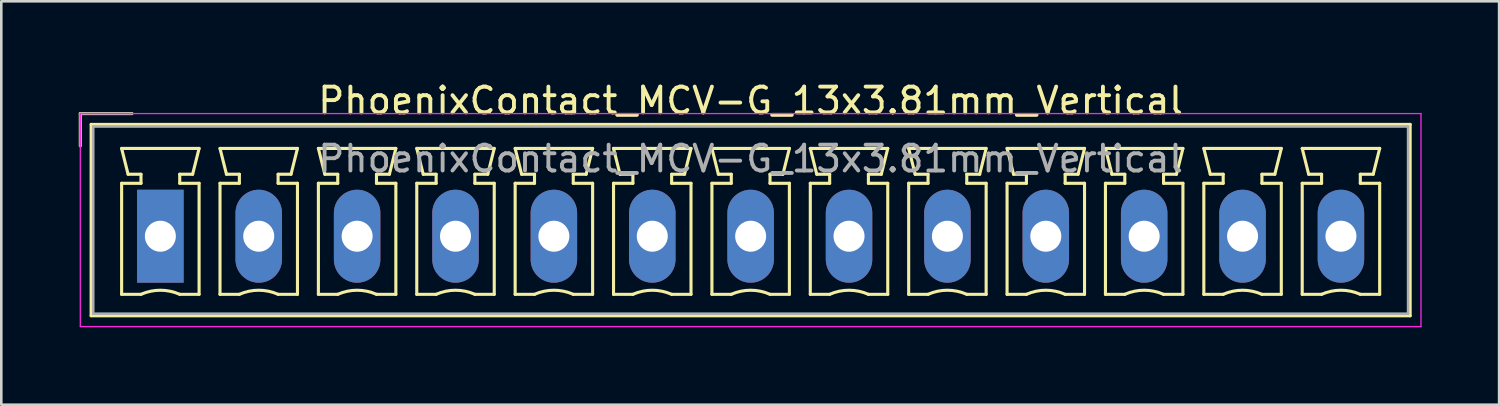
<source format=kicad_pcb>
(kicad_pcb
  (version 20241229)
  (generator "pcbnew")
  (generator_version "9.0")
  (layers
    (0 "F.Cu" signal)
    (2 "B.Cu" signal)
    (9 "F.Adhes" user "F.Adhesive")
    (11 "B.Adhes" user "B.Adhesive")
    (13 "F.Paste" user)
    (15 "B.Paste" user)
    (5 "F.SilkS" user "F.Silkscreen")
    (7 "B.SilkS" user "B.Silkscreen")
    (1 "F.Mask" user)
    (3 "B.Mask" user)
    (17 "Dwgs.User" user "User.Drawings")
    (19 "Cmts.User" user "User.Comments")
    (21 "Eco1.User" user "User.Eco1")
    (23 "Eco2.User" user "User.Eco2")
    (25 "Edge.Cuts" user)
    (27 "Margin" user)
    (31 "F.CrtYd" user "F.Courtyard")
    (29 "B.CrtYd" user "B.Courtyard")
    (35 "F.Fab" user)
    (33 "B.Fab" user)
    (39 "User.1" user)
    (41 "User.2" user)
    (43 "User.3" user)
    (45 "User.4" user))
  (footprint "PhoenixContact_MCV-G_13x3.81mm_Vertical"
    (layer "F.Cu")
    (at 3.16 6.098)
    (property "Reference" "PhoenixContact_MCV-G_13x3.81mm_Vertical" (at 22.86 -5.25 0) (layer "F.SilkS") (effects (font (size 1 1) (thickness 0.15))))
    (attr through_hole)
    (fp_line (start -3.1 -4.75) (end -1.1 -4.75) (stroke (width 0.12) (type solid)) (layer "F.SilkS"))
    (fp_line (start -3.1 -3.5) (end -3.1 -4.75) (stroke (width 0.12) (type solid)) (layer "F.SilkS"))
    (fp_line (start -2.68 -4.33) (end -2.68 3.08) (stroke (width 0.12) (type solid)) (layer "F.SilkS"))
    (fp_line (start -2.68 3.08) (end 48.4 3.08) (stroke (width 0.12) (type solid)) (layer "F.SilkS"))
    (fp_line (start -1.5 -3.4) (end 1.5 -3.4) (stroke (width 0.12) (type solid)) (layer "F.SilkS"))
    (fp_line (start -1.5 -2.05) (end -0.75 -2.05) (stroke (width 0.12) (type solid)) (layer "F.SilkS"))
    (fp_line (start -1.5 2.25) (end -1.5 -2.05) (stroke (width 0.12) (type solid)) (layer "F.SilkS"))
    (fp_line (start -1.25 -2.4) (end -1.5 -3.4) (stroke (width 0.12) (type solid)) (layer "F.SilkS"))
    (fp_line (start -0.75 -2.4) (end -1.25 -2.4) (stroke (width 0.12) (type solid)) (layer "F.SilkS"))
    (fp_line (start -0.75 -2.05) (end -0.75 -2.4) (stroke (width 0.12) (type solid)) (layer "F.SilkS"))
    (fp_line (start -0.75 2.25) (end -1.5 2.25) (stroke (width 0.12) (type solid)) (layer "F.SilkS"))
    (fp_line (start 0.75 -2.4) (end 0.75 -2.05) (stroke (width 0.12) (type solid)) (layer "F.SilkS"))
    (fp_line (start 0.75 -2.05) (end 1.5 -2.05) (stroke (width 0.12) (type solid)) (layer "F.SilkS"))
    (fp_line (start 1.25 -2.4) (end 0.75 -2.4) (stroke (width 0.12) (type solid)) (layer "F.SilkS"))
    (fp_line (start 1.5 -3.4) (end 1.25 -2.4) (stroke (width 0.12) (type solid)) (layer "F.SilkS"))
    (fp_line (start 1.5 -2.05) (end 1.5 2.25) (stroke (width 0.12) (type solid)) (layer "F.SilkS"))
    (fp_line (start 1.5 2.25) (end 0.75 2.25) (stroke (width 0.12) (type solid)) (layer "F.SilkS"))
    (fp_line (start 2.31 -3.4) (end 5.31 -3.4) (stroke (width 0.12) (type solid)) (layer "F.SilkS"))
    (fp_line (start 2.31 -2.05) (end 3.06 -2.05) (stroke (width 0.12) (type solid)) (layer "F.SilkS"))
    (fp_line (start 2.31 2.25) (end 2.31 -2.05) (stroke (width 0.12) (type solid)) (layer "F.SilkS"))
    (fp_line (start 2.56 -2.4) (end 2.31 -3.4) (stroke (width 0.12) (type solid)) (layer "F.SilkS"))
    (fp_line (start 3.06 -2.4) (end 2.56 -2.4) (stroke (width 0.12) (type solid)) (layer "F.SilkS"))
    (fp_line (start 3.06 -2.05) (end 3.06 -2.4) (stroke (width 0.12) (type solid)) (layer "F.SilkS"))
    (fp_line (start 3.06 2.25) (end 2.31 2.25) (stroke (width 0.12) (type solid)) (layer "F.SilkS"))
    (fp_line (start 4.56 -2.4) (end 4.56 -2.05) (stroke (width 0.12) (type solid)) (layer "F.SilkS"))
    (fp_line (start 4.56 -2.05) (end 5.31 -2.05) (stroke (width 0.12) (type solid)) (layer "F.SilkS"))
    (fp_line (start 5.06 -2.4) (end 4.56 -2.4) (stroke (width 0.12) (type solid)) (layer "F.SilkS"))
    (fp_line (start 5.31 -3.4) (end 5.06 -2.4) (stroke (width 0.12) (type solid)) (layer "F.SilkS"))
    (fp_line (start 5.31 -2.05) (end 5.31 2.25) (stroke (width 0.12) (type solid)) (layer "F.SilkS"))
    (fp_line (start 5.31 2.25) (end 4.56 2.25) (stroke (width 0.12) (type solid)) (layer "F.SilkS"))
    (fp_line (start 6.12 -3.4) (end 9.12 -3.4) (stroke (width 0.12) (type solid)) (layer "F.SilkS"))
    (fp_line (start 6.12 -2.05) (end 6.87 -2.05) (stroke (width 0.12) (type solid)) (layer "F.SilkS"))
    (fp_line (start 6.12 2.25) (end 6.12 -2.05) (stroke (width 0.12) (type solid)) (layer "F.SilkS"))
    (fp_line (start 6.37 -2.4) (end 6.12 -3.4) (stroke (width 0.12) (type solid)) (layer "F.SilkS"))
    (fp_line (start 6.87 -2.4) (end 6.37 -2.4) (stroke (width 0.12) (type solid)) (layer "F.SilkS"))
    (fp_line (start 6.87 -2.05) (end 6.87 -2.4) (stroke (width 0.12) (type solid)) (layer "F.SilkS"))
    (fp_line (start 6.87 2.25) (end 6.12 2.25) (stroke (width 0.12) (type solid)) (layer "F.SilkS"))
    (fp_line (start 8.37 -2.4) (end 8.37 -2.05) (stroke (width 0.12) (type solid)) (layer "F.SilkS"))
    (fp_line (start 8.37 -2.05) (end 9.12 -2.05) (stroke (width 0.12) (type solid)) (layer "F.SilkS"))
    (fp_line (start 8.87 -2.4) (end 8.37 -2.4) (stroke (width 0.12) (type solid)) (layer "F.SilkS"))
    (fp_line (start 9.12 -3.4) (end 8.87 -2.4) (stroke (width 0.12) (type solid)) (layer "F.SilkS"))
    (fp_line (start 9.12 -2.05) (end 9.12 2.25) (stroke (width 0.12) (type solid)) (layer "F.SilkS"))
    (fp_line (start 9.12 2.25) (end 8.37 2.25) (stroke (width 0.12) (type solid)) (layer "F.SilkS"))
    (fp_line (start 9.93 -3.4) (end 12.93 -3.4) (stroke (width 0.12) (type solid)) (layer "F.SilkS"))
    (fp_line (start 9.93 -2.05) (end 10.68 -2.05) (stroke (width 0.12) (type solid)) (layer "F.SilkS"))
    (fp_line (start 9.93 2.25) (end 9.93 -2.05) (stroke (width 0.12) (type solid)) (layer "F.SilkS"))
    (fp_line (start 10.18 -2.4) (end 9.93 -3.4) (stroke (width 0.12) (type solid)) (layer "F.SilkS"))
    (fp_line (start 10.68 -2.4) (end 10.18 -2.4) (stroke (width 0.12) (type solid)) (layer "F.SilkS"))
    (fp_line (start 10.68 -2.05) (end 10.68 -2.4) (stroke (width 0.12) (type solid)) (layer "F.SilkS"))
    (fp_line (start 10.68 2.25) (end 9.93 2.25) (stroke (width 0.12) (type solid)) (layer "F.SilkS"))
    (fp_line (start 12.18 -2.4) (end 12.18 -2.05) (stroke (width 0.12) (type solid)) (layer "F.SilkS"))
    (fp_line (start 12.18 -2.05) (end 12.93 -2.05) (stroke (width 0.12) (type solid)) (layer "F.SilkS"))
    (fp_line (start 12.68 -2.4) (end 12.18 -2.4) (stroke (width 0.12) (type solid)) (layer "F.SilkS"))
    (fp_line (start 12.93 -3.4) (end 12.68 -2.4) (stroke (width 0.12) (type solid)) (layer "F.SilkS"))
    (fp_line (start 12.93 -2.05) (end 12.93 2.25) (stroke (width 0.12) (type solid)) (layer "F.SilkS"))
    (fp_line (start 12.93 2.25) (end 12.18 2.25) (stroke (width 0.12) (type solid)) (layer "F.SilkS"))
    (fp_line (start 13.74 -3.4) (end 16.74 -3.4) (stroke (width 0.12) (type solid)) (layer "F.SilkS"))
    (fp_line (start 13.74 -2.05) (end 14.49 -2.05) (stroke (width 0.12) (type solid)) (layer "F.SilkS"))
    (fp_line (start 13.74 2.25) (end 13.74 -2.05) (stroke (width 0.12) (type solid)) (layer "F.SilkS"))
    (fp_line (start 13.99 -2.4) (end 13.74 -3.4) (stroke (width 0.12) (type solid)) (layer "F.SilkS"))
    (fp_line (start 14.49 -2.4) (end 13.99 -2.4) (stroke (width 0.12) (type solid)) (layer "F.SilkS"))
    (fp_line (start 14.49 -2.05) (end 14.49 -2.4) (stroke (width 0.12) (type solid)) (layer "F.SilkS"))
    (fp_line (start 14.49 2.25) (end 13.74 2.25) (stroke (width 0.12) (type solid)) (layer "F.SilkS"))
    (fp_line (start 15.99 -2.4) (end 15.99 -2.05) (stroke (width 0.12) (type solid)) (layer "F.SilkS"))
    (fp_line (start 15.99 -2.05) (end 16.74 -2.05) (stroke (width 0.12) (type solid)) (layer "F.SilkS"))
    (fp_line (start 16.49 -2.4) (end 15.99 -2.4) (stroke (width 0.12) (type solid)) (layer "F.SilkS"))
    (fp_line (start 16.74 -3.4) (end 16.49 -2.4) (stroke (width 0.12) (type solid)) (layer "F.SilkS"))
    (fp_line (start 16.74 -2.05) (end 16.74 2.25) (stroke (width 0.12) (type solid)) (layer "F.SilkS"))
    (fp_line (start 16.74 2.25) (end 15.99 2.25) (stroke (width 0.12) (type solid)) (layer "F.SilkS"))
    (fp_line (start 17.55 -3.4) (end 20.55 -3.4) (stroke (width 0.12) (type solid)) (layer "F.SilkS"))
    (fp_line (start 17.55 -2.05) (end 18.3 -2.05) (stroke (width 0.12) (type solid)) (layer "F.SilkS"))
    (fp_line (start 17.55 2.25) (end 17.55 -2.05) (stroke (width 0.12) (type solid)) (layer "F.SilkS"))
    (fp_line (start 17.8 -2.4) (end 17.55 -3.4) (stroke (width 0.12) (type solid)) (layer "F.SilkS"))
    (fp_line (start 18.3 -2.4) (end 17.8 -2.4) (stroke (width 0.12) (type solid)) (layer "F.SilkS"))
    (fp_line (start 18.3 -2.05) (end 18.3 -2.4) (stroke (width 0.12) (type solid)) (layer "F.SilkS"))
    (fp_line (start 18.3 2.25) (end 17.55 2.25) (stroke (width 0.12) (type solid)) (layer "F.SilkS"))
    (fp_line (start 19.8 -2.4) (end 19.8 -2.05) (stroke (width 0.12) (type solid)) (layer "F.SilkS"))
    (fp_line (start 19.8 -2.05) (end 20.55 -2.05) (stroke (width 0.12) (type solid)) (layer "F.SilkS"))
    (fp_line (start 20.3 -2.4) (end 19.8 -2.4) (stroke (width 0.12) (type solid)) (layer "F.SilkS"))
    (fp_line (start 20.55 -3.4) (end 20.3 -2.4) (stroke (width 0.12) (type solid)) (layer "F.SilkS"))
    (fp_line (start 20.55 -2.05) (end 20.55 2.25) (stroke (width 0.12) (type solid)) (layer "F.SilkS"))
    (fp_line (start 20.55 2.25) (end 19.8 2.25) (stroke (width 0.12) (type solid)) (layer "F.SilkS"))
    (fp_line (start 21.36 -3.4) (end 24.36 -3.4) (stroke (width 0.12) (type solid)) (layer "F.SilkS"))
    (fp_line (start 21.36 -2.05) (end 22.11 -2.05) (stroke (width 0.12) (type solid)) (layer "F.SilkS"))
    (fp_line (start 21.36 2.25) (end 21.36 -2.05) (stroke (width 0.12) (type solid)) (layer "F.SilkS"))
    (fp_line (start 21.61 -2.4) (end 21.36 -3.4) (stroke (width 0.12) (type solid)) (layer "F.SilkS"))
    (fp_line (start 22.11 -2.4) (end 21.61 -2.4) (stroke (width 0.12) (type solid)) (layer "F.SilkS"))
    (fp_line (start 22.11 -2.05) (end 22.11 -2.4) (stroke (width 0.12) (type solid)) (layer "F.SilkS"))
    (fp_line (start 22.11 2.25) (end 21.36 2.25) (stroke (width 0.12) (type solid)) (layer "F.SilkS"))
    (fp_line (start 23.61 -2.4) (end 23.61 -2.05) (stroke (width 0.12) (type solid)) (layer "F.SilkS"))
    (fp_line (start 23.61 -2.05) (end 24.36 -2.05) (stroke (width 0.12) (type solid)) (layer "F.SilkS"))
    (fp_line (start 24.11 -2.4) (end 23.61 -2.4) (stroke (width 0.12) (type solid)) (layer "F.SilkS"))
    (fp_line (start 24.36 -3.4) (end 24.11 -2.4) (stroke (width 0.12) (type solid)) (layer "F.SilkS"))
    (fp_line (start 24.36 -2.05) (end 24.36 2.25) (stroke (width 0.12) (type solid)) (layer "F.SilkS"))
    (fp_line (start 24.36 2.25) (end 23.61 2.25) (stroke (width 0.12) (type solid)) (layer "F.SilkS"))
    (fp_line (start 25.17 -3.4) (end 28.17 -3.4) (stroke (width 0.12) (type solid)) (layer "F.SilkS"))
    (fp_line (start 25.17 -2.05) (end 25.92 -2.05) (stroke (width 0.12) (type solid)) (layer "F.SilkS"))
    (fp_line (start 25.17 2.25) (end 25.17 -2.05) (stroke (width 0.12) (type solid)) (layer "F.SilkS"))
    (fp_line (start 25.42 -2.4) (end 25.17 -3.4) (stroke (width 0.12) (type solid)) (layer "F.SilkS"))
    (fp_line (start 25.92 -2.4) (end 25.42 -2.4) (stroke (width 0.12) (type solid)) (layer "F.SilkS"))
    (fp_line (start 25.92 -2.05) (end 25.92 -2.4) (stroke (width 0.12) (type solid)) (layer "F.SilkS"))
    (fp_line (start 25.92 2.25) (end 25.17 2.25) (stroke (width 0.12) (type solid)) (layer "F.SilkS"))
    (fp_line (start 27.42 -2.4) (end 27.42 -2.05) (stroke (width 0.12) (type solid)) (layer "F.SilkS"))
    (fp_line (start 27.42 -2.05) (end 28.17 -2.05) (stroke (width 0.12) (type solid)) (layer "F.SilkS"))
    (fp_line (start 27.92 -2.4) (end 27.42 -2.4) (stroke (width 0.12) (type solid)) (layer "F.SilkS"))
    (fp_line (start 28.17 -3.4) (end 27.92 -2.4) (stroke (width 0.12) (type solid)) (layer "F.SilkS"))
    (fp_line (start 28.17 -2.05) (end 28.17 2.25) (stroke (width 0.12) (type solid)) (layer "F.SilkS"))
    (fp_line (start 28.17 2.25) (end 27.42 2.25) (stroke (width 0.12) (type solid)) (layer "F.SilkS"))
    (fp_line (start 28.98 -3.4) (end 31.98 -3.4) (stroke (width 0.12) (type solid)) (layer "F.SilkS"))
    (fp_line (start 28.98 -2.05) (end 29.73 -2.05) (stroke (width 0.12) (type solid)) (layer "F.SilkS"))
    (fp_line (start 28.98 2.25) (end 28.98 -2.05) (stroke (width 0.12) (type solid)) (layer "F.SilkS"))
    (fp_line (start 29.23 -2.4) (end 28.98 -3.4) (stroke (width 0.12) (type solid)) (layer "F.SilkS"))
    (fp_line (start 29.73 -2.4) (end 29.23 -2.4) (stroke (width 0.12) (type solid)) (layer "F.SilkS"))
    (fp_line (start 29.73 -2.05) (end 29.73 -2.4) (stroke (width 0.12) (type solid)) (layer "F.SilkS"))
    (fp_line (start 29.73 2.25) (end 28.98 2.25) (stroke (width 0.12) (type solid)) (layer "F.SilkS"))
    (fp_line (start 31.23 -2.4) (end 31.23 -2.05) (stroke (width 0.12) (type solid)) (layer "F.SilkS"))
    (fp_line (start 31.23 -2.05) (end 31.98 -2.05) (stroke (width 0.12) (type solid)) (layer "F.SilkS"))
    (fp_line (start 31.73 -2.4) (end 31.23 -2.4) (stroke (width 0.12) (type solid)) (layer "F.SilkS"))
    (fp_line (start 31.98 -3.4) (end 31.73 -2.4) (stroke (width 0.12) (type solid)) (layer "F.SilkS"))
    (fp_line (start 31.98 -2.05) (end 31.98 2.25) (stroke (width 0.12) (type solid)) (layer "F.SilkS"))
    (fp_line (start 31.98 2.25) (end 31.23 2.25) (stroke (width 0.12) (type solid)) (layer "F.SilkS"))
    (fp_line (start 32.79 -3.4) (end 35.79 -3.4) (stroke (width 0.12) (type solid)) (layer "F.SilkS"))
    (fp_line (start 32.79 -2.05) (end 33.54 -2.05) (stroke (width 0.12) (type solid)) (layer "F.SilkS"))
    (fp_line (start 32.79 2.25) (end 32.79 -2.05) (stroke (width 0.12) (type solid)) (layer "F.SilkS"))
    (fp_line (start 33.04 -2.4) (end 32.79 -3.4) (stroke (width 0.12) (type solid)) (layer "F.SilkS"))
    (fp_line (start 33.54 -2.4) (end 33.04 -2.4) (stroke (width 0.12) (type solid)) (layer "F.SilkS"))
    (fp_line (start 33.54 -2.05) (end 33.54 -2.4) (stroke (width 0.12) (type solid)) (layer "F.SilkS"))
    (fp_line (start 33.54 2.25) (end 32.79 2.25) (stroke (width 0.12) (type solid)) (layer "F.SilkS"))
    (fp_line (start 35.04 -2.4) (end 35.04 -2.05) (stroke (width 0.12) (type solid)) (layer "F.SilkS"))
    (fp_line (start 35.04 -2.05) (end 35.79 -2.05) (stroke (width 0.12) (type solid)) (layer "F.SilkS"))
    (fp_line (start 35.54 -2.4) (end 35.04 -2.4) (stroke (width 0.12) (type solid)) (layer "F.SilkS"))
    (fp_line (start 35.79 -3.4) (end 35.54 -2.4) (stroke (width 0.12) (type solid)) (layer "F.SilkS"))
    (fp_line (start 35.79 -2.05) (end 35.79 2.25) (stroke (width 0.12) (type solid)) (layer "F.SilkS"))
    (fp_line (start 35.79 2.25) (end 35.04 2.25) (stroke (width 0.12) (type solid)) (layer "F.SilkS"))
    (fp_line (start 36.6 -3.4) (end 39.6 -3.4) (stroke (width 0.12) (type solid)) (layer "F.SilkS"))
    (fp_line (start 36.6 -2.05) (end 37.35 -2.05) (stroke (width 0.12) (type solid)) (layer "F.SilkS"))
    (fp_line (start 36.6 2.25) (end 36.6 -2.05) (stroke (width 0.12) (type solid)) (layer "F.SilkS"))
    (fp_line (start 36.85 -2.4) (end 36.6 -3.4) (stroke (width 0.12) (type solid)) (layer "F.SilkS"))
    (fp_line (start 37.35 -2.4) (end 36.85 -2.4) (stroke (width 0.12) (type solid)) (layer "F.SilkS"))
    (fp_line (start 37.35 -2.05) (end 37.35 -2.4) (stroke (width 0.12) (type solid)) (layer "F.SilkS"))
    (fp_line (start 37.35 2.25) (end 36.6 2.25) (stroke (width 0.12) (type solid)) (layer "F.SilkS"))
    (fp_line (start 38.85 -2.4) (end 38.85 -2.05) (stroke (width 0.12) (type solid)) (layer "F.SilkS"))
    (fp_line (start 38.85 -2.05) (end 39.6 -2.05) (stroke (width 0.12) (type solid)) (layer "F.SilkS"))
    (fp_line (start 39.35 -2.4) (end 38.85 -2.4) (stroke (width 0.12) (type solid)) (layer "F.SilkS"))
    (fp_line (start 39.6 -3.4) (end 39.35 -2.4) (stroke (width 0.12) (type solid)) (layer "F.SilkS"))
    (fp_line (start 39.6 -2.05) (end 39.6 2.25) (stroke (width 0.12) (type solid)) (layer "F.SilkS"))
    (fp_line (start 39.6 2.25) (end 38.85 2.25) (stroke (width 0.12) (type solid)) (layer "F.SilkS"))
    (fp_line (start 40.41 -3.4) (end 43.41 -3.4) (stroke (width 0.12) (type solid)) (layer "F.SilkS"))
    (fp_line (start 40.41 -2.05) (end 41.16 -2.05) (stroke (width 0.12) (type solid)) (layer "F.SilkS"))
    (fp_line (start 40.41 2.25) (end 40.41 -2.05) (stroke (width 0.12) (type solid)) (layer "F.SilkS"))
    (fp_line (start 40.66 -2.4) (end 40.41 -3.4) (stroke (width 0.12) (type solid)) (layer "F.SilkS"))
    (fp_line (start 41.16 -2.4) (end 40.66 -2.4) (stroke (width 0.12) (type solid)) (layer "F.SilkS"))
    (fp_line (start 41.16 -2.05) (end 41.16 -2.4) (stroke (width 0.12) (type solid)) (layer "F.SilkS"))
    (fp_line (start 41.16 2.25) (end 40.41 2.25) (stroke (width 0.12) (type solid)) (layer "F.SilkS"))
    (fp_line (start 42.66 -2.4) (end 42.66 -2.05) (stroke (width 0.12) (type solid)) (layer "F.SilkS"))
    (fp_line (start 42.66 -2.05) (end 43.41 -2.05) (stroke (width 0.12) (type solid)) (layer "F.SilkS"))
    (fp_line (start 43.16 -2.4) (end 42.66 -2.4) (stroke (width 0.12) (type solid)) (layer "F.SilkS"))
    (fp_line (start 43.41 -3.4) (end 43.16 -2.4) (stroke (width 0.12) (type solid)) (layer "F.SilkS"))
    (fp_line (start 43.41 -2.05) (end 43.41 2.25) (stroke (width 0.12) (type solid)) (layer "F.SilkS"))
    (fp_line (start 43.41 2.25) (end 42.66 2.25) (stroke (width 0.12) (type solid)) (layer "F.SilkS"))
    (fp_line (start 44.22 -3.4) (end 47.22 -3.4) (stroke (width 0.12) (type solid)) (layer "F.SilkS"))
    (fp_line (start 44.22 -2.05) (end 44.97 -2.05) (stroke (width 0.12) (type solid)) (layer "F.SilkS"))
    (fp_line (start 44.22 2.25) (end 44.22 -2.05) (stroke (width 0.12) (type solid)) (layer "F.SilkS"))
    (fp_line (start 44.47 -2.4) (end 44.22 -3.4) (stroke (width 0.12) (type solid)) (layer "F.SilkS"))
    (fp_line (start 44.97 -2.4) (end 44.47 -2.4) (stroke (width 0.12) (type solid)) (layer "F.SilkS"))
    (fp_line (start 44.97 -2.05) (end 44.97 -2.4) (stroke (width 0.12) (type solid)) (layer "F.SilkS"))
    (fp_line (start 44.97 2.25) (end 44.22 2.25) (stroke (width 0.12) (type solid)) (layer "F.SilkS"))
    (fp_line (start 46.47 -2.4) (end 46.47 -2.05) (stroke (width 0.12) (type solid)) (layer "F.SilkS"))
    (fp_line (start 46.47 -2.05) (end 47.22 -2.05) (stroke (width 0.12) (type solid)) (layer "F.SilkS"))
    (fp_line (start 46.97 -2.4) (end 46.47 -2.4) (stroke (width 0.12) (type solid)) (layer "F.SilkS"))
    (fp_line (start 47.22 -3.4) (end 46.97 -2.4) (stroke (width 0.12) (type solid)) (layer "F.SilkS"))
    (fp_line (start 47.22 -2.05) (end 47.22 2.25) (stroke (width 0.12) (type solid)) (layer "F.SilkS"))
    (fp_line (start 47.22 2.25) (end 46.47 2.25) (stroke (width 0.12) (type solid)) (layer "F.SilkS"))
    (fp_line (start 48.4 -4.33) (end -2.68 -4.33) (stroke (width 0.12) (type solid)) (layer "F.SilkS"))
    (fp_line (start 48.4 3.08) (end 48.4 -4.33) (stroke (width 0.12) (type solid)) (layer "F.SilkS"))
    (fp_arc (start -0.75 2.25) (mid -0.000193 2.09191) (end 0.749647 2.249844) (stroke (width 0.12) (type solid)) (layer "F.SilkS"))
    (fp_arc (start 3.06 2.25) (mid 3.809807 2.09191) (end 4.559647 2.249844) (stroke (width 0.12) (type solid)) (layer "F.SilkS"))
    (fp_arc (start 6.87 2.25) (mid 7.619807 2.09191) (end 8.369647 2.249844) (stroke (width 0.12) (type solid)) (layer "F.SilkS"))
    (fp_arc (start 10.68 2.25) (mid 11.429807 2.09191) (end 12.179647 2.249844) (stroke (width 0.12) (type solid)) (layer "F.SilkS"))
    (fp_arc (start 14.49 2.25) (mid 15.239807 2.09191) (end 15.989647 2.249844) (stroke (width 0.12) (type solid)) (layer "F.SilkS"))
    (fp_arc (start 18.3 2.25) (mid 19.049807 2.09191) (end 19.799647 2.249844) (stroke (width 0.12) (type solid)) (layer "F.SilkS"))
    (fp_arc (start 22.11 2.25) (mid 22.859807 2.09191) (end 23.609647 2.249844) (stroke (width 0.12) (type solid)) (layer "F.SilkS"))
    (fp_arc (start 25.92 2.25) (mid 26.669807 2.09191) (end 27.419647 2.249844) (stroke (width 0.12) (type solid)) (layer "F.SilkS"))
    (fp_arc (start 29.73 2.25) (mid 30.479807 2.09191) (end 31.229647 2.249844) (stroke (width 0.12) (type solid)) (layer "F.SilkS"))
    (fp_arc (start 33.54 2.25) (mid 34.289807 2.09191) (end 35.039647 2.249844) (stroke (width 0.12) (type solid)) (layer "F.SilkS"))
    (fp_arc (start 37.35 2.25) (mid 38.099807 2.09191) (end 38.849647 2.249844) (stroke (width 0.12) (type solid)) (layer "F.SilkS"))
    (fp_arc (start 41.16 2.25) (mid 41.909807 2.09191) (end 42.659647 2.249844) (stroke (width 0.12) (type solid)) (layer "F.SilkS"))
    (fp_arc (start 44.97 2.25) (mid 45.719807 2.09191) (end 46.469647 2.249844) (stroke (width 0.12) (type solid)) (layer "F.SilkS"))
    (fp_line (start -3.1 -4.75) (end -3.1 3.5) (stroke (width 0.05) (type solid)) (layer "F.CrtYd"))
    (fp_line (start -3.1 3.5) (end 48.82 3.5) (stroke (width 0.05) (type solid)) (layer "F.CrtYd"))
    (fp_line (start 48.82 -4.75) (end -3.1 -4.75) (stroke (width 0.05) (type solid)) (layer "F.CrtYd"))
    (fp_line (start 48.82 3.5) (end 48.82 -4.75) (stroke (width 0.05) (type solid)) (layer "F.CrtYd"))
    (fp_line (start -3.1 -4.75) (end -1.1 -4.75) (stroke (width 0.1) (type solid)) (layer "F.Fab"))
    (fp_line (start -3.1 -3.5) (end -3.1 -4.75) (stroke (width 0.1) (type solid)) (layer "F.Fab"))
    (fp_line (start -2.6 -4.25) (end -2.6 3) (stroke (width 0.1) (type solid)) (layer "F.Fab"))
    (fp_line (start -2.6 3) (end 48.32 3) (stroke (width 0.1) (type solid)) (layer "F.Fab"))
    (fp_line (start 48.32 -4.25) (end -2.6 -4.25) (stroke (width 0.1) (type solid)) (layer "F.Fab"))
    (fp_line (start 48.32 3) (end 48.32 -4.25) (stroke (width 0.1) (type solid)) (layer "F.Fab"))
    (fp_text user "${REFERENCE}" (at 22.86 -3 0) (layer "F.Fab") (effects (font (size 1 1) (thickness 0.15))))
    (pad "1" thru_hole rect (at 0 0) (size 1.8 3.6) (drill 1.2) (layers "*.Cu" "*.Mask"))
    (pad "2" thru_hole oval (at 3.81 0) (size 1.8 3.6) (drill 1.2) (layers "*.Cu" "*.Mask"))
    (pad "3" thru_hole oval (at 7.62 0) (size 1.8 3.6) (drill 1.2) (layers "*.Cu" "*.Mask"))
    (pad "4" thru_hole oval (at 11.43 0) (size 1.8 3.6) (drill 1.2) (layers "*.Cu" "*.Mask"))
    (pad "5" thru_hole oval (at 15.24 0) (size 1.8 3.6) (drill 1.2) (layers "*.Cu" "*.Mask"))
    (pad "6" thru_hole oval (at 19.05 0) (size 1.8 3.6) (drill 1.2) (layers "*.Cu" "*.Mask"))
    (pad "7" thru_hole oval (at 22.86 0) (size 1.8 3.6) (drill 1.2) (layers "*.Cu" "*.Mask"))
    (pad "8" thru_hole oval (at 26.67 0) (size 1.8 3.6) (drill 1.2) (layers "*.Cu" "*.Mask"))
    (pad "9" thru_hole oval (at 30.48 0) (size 1.8 3.6) (drill 1.2) (layers "*.Cu" "*.Mask"))
    (pad "10" thru_hole oval (at 34.29 0) (size 1.8 3.6) (drill 1.2) (layers "*.Cu" "*.Mask"))
    (pad "11" thru_hole oval (at 38.1 0) (size 1.8 3.6) (drill 1.2) (layers "*.Cu" "*.Mask"))
    (pad "12" thru_hole oval (at 41.91 0) (size 1.8 3.6) (drill 1.2) (layers "*.Cu" "*.Mask"))
    (pad "13" thru_hole oval (at 45.72 0) (size 1.8 3.6) (drill 1.2) (layers "*.Cu" "*.Mask")))
  (gr_rect
    (start -3 -3)
    (end 55.005 12.623)
    (stroke (width 0.1) (type default))
    (fill no)
    (layer "Edge.Cuts")))
</source>
